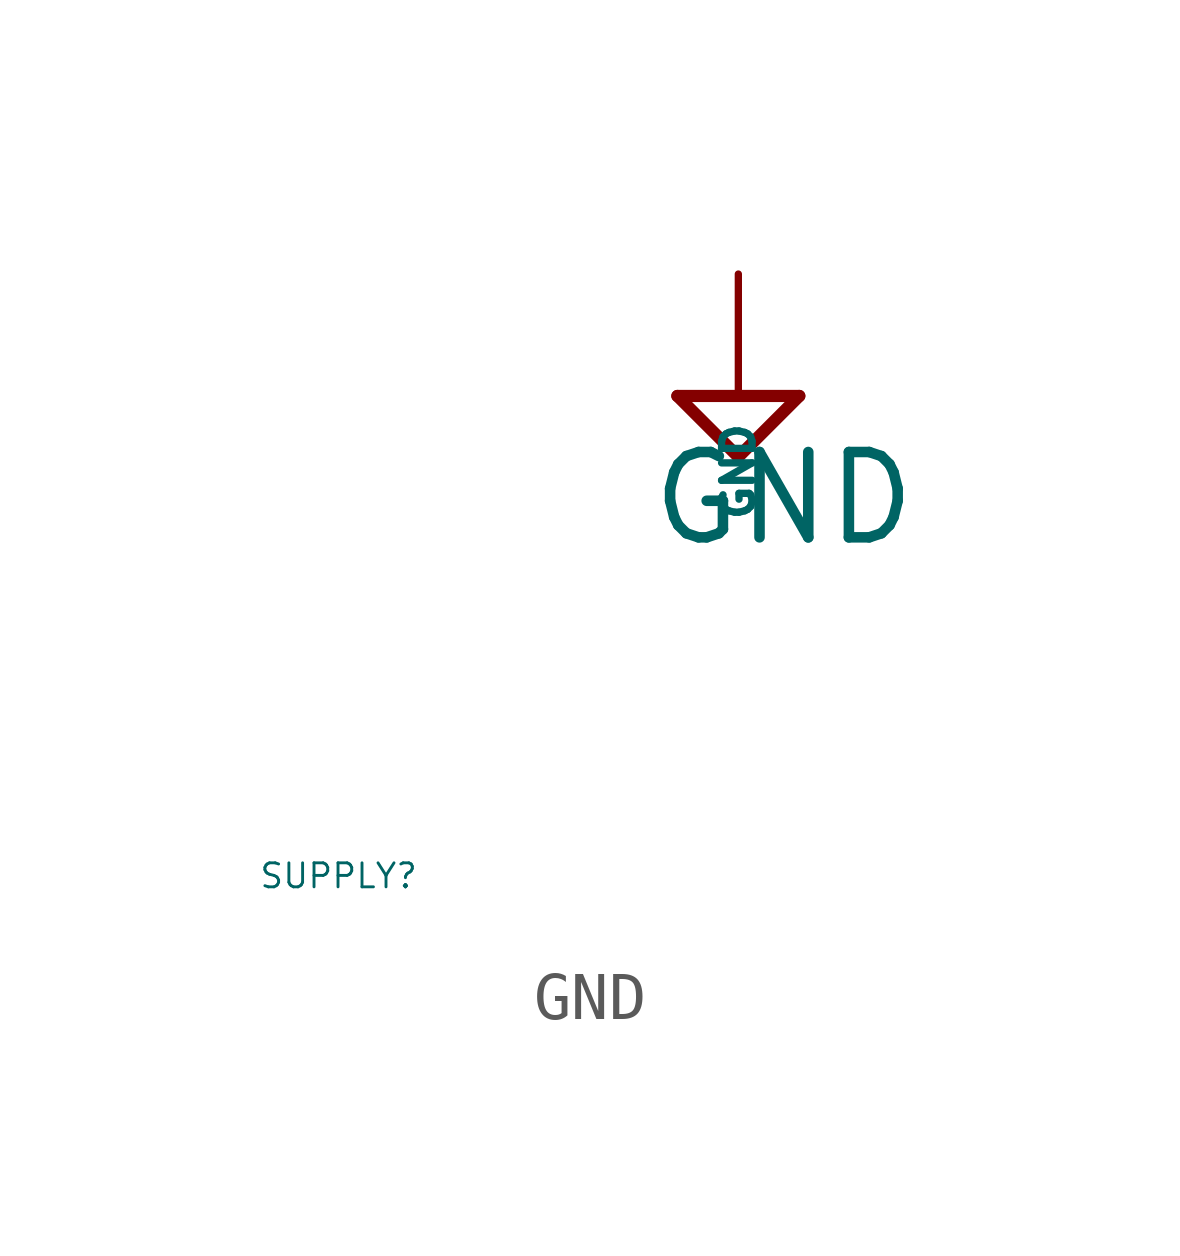
<source format=kicad_sym>
(kicad_symbol_lib
  (version 20220914)
  (generator Eagle2Kicad)
  (symbol "GND"
    (property "Reference" "SUPPLY"
      (at -10 -10 0)
      (effects (font (size 0.5 0.5) (thickness 0.06)) (justify left)))
    (property "Value" "GND"
      (at -1.905 -3.175 0)
      (effects (font (size 1.778 1.778) (thickness 0.22)) (justify left bottom)))
    (polyline
      (pts (xy -1.27 0) (xy 1.27 0))
      (stroke (width 0.254) (type default))
      (fill (type none)))
    (polyline
      (pts (xy 1.27 0) (xy 0 -1.27))
      (stroke (width 0.254) (type default))
      (fill (type none)))
    (polyline
      (pts (xy 0 -1.27) (xy -1.27 0))
      (stroke (width 0.254) (type default))
      (fill (type none)))
    (pin unspecified line
      (at 0 2.54 270)
      (length 2.54)
      (name "GND" (effects (font (size 0.635 0.635) (thickness 0.08)) (justify left bottom)))
      (number "" (effects (font (size 0.635 0.635) (thickness 0.08)) (justify left bottom))))))
</source>
